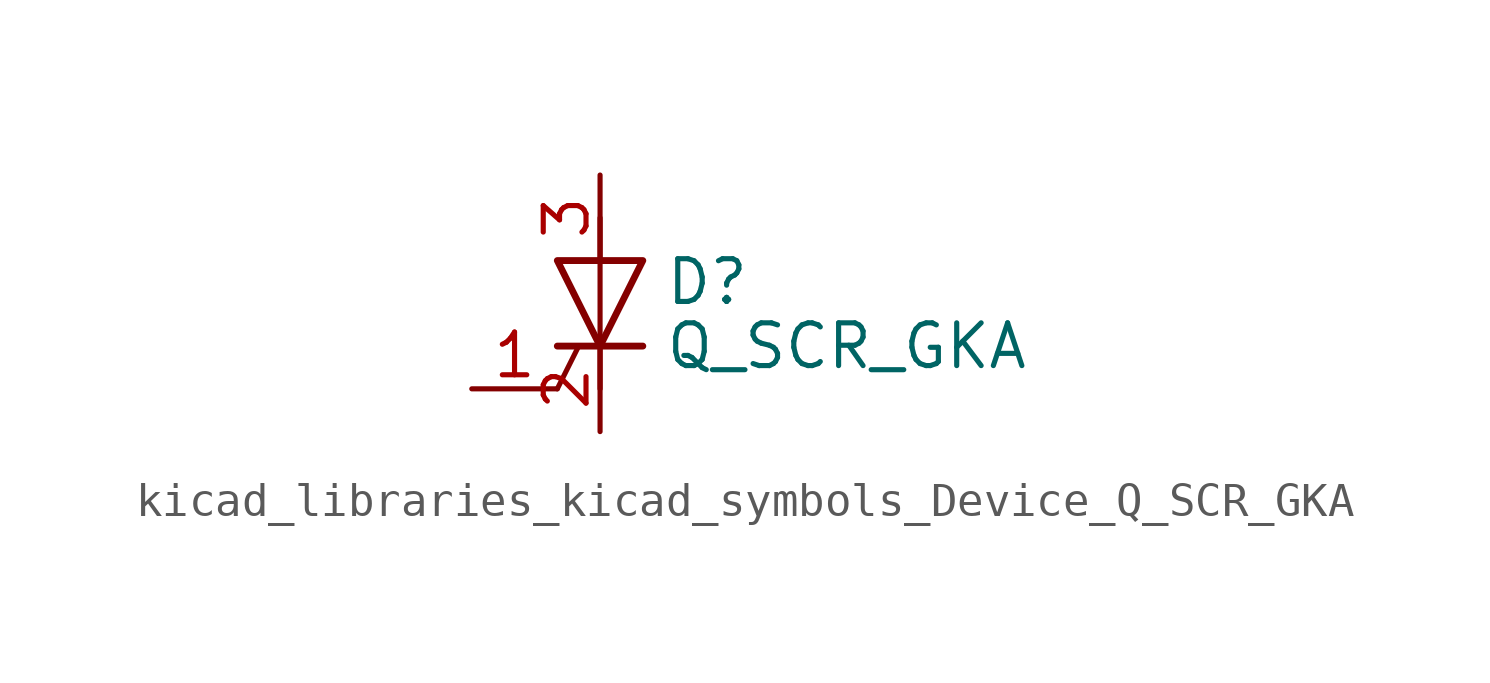
<source format=kicad_sym>
(kicad_symbol_lib
  (version 20220914)
  (generator kicad_symbol_editor)
  (symbol "kicad_libraries_kicad_symbols_Device_Q_SCR_GKA"
    (pin_names
      (offset 0) hide)
    (property "Reference" "D"
      (at 1.905 0.635 0)
      (effects (font (size 1.27 1.27)) (justify left)))
    (property "Value" "Q_SCR_GKA"
      (at 1.905 -1.27 0)
      (effects (font (size 1.27 1.27)) (justify left)))
    (symbol "kicad_libraries_kicad_symbols_Device_Q_SCR_GKA_0_1"
      (polyline (pts (xy -1.27 -2.54) (xy -0.635 -1.27)) (stroke (width 0) (type default)) (fill (type none)))
      (polyline (pts (xy -1.27 -1.27) (xy 1.27 -1.27)) (stroke (width 0.203) (type default)) (fill (type none)))
      (polyline (pts (xy 0 -2.54) (xy 0 2.54)) (stroke (width 0) (type default)) (fill (type none)))
      (polyline (pts (xy -1.27 1.27) (xy 1.27 1.27) (xy 0 -1.27) (xy -1.27 1.27)) (stroke (width 0.203) (type default)) (fill (type none))))
    (symbol "kicad_libraries_kicad_symbols_Device_Q_SCR_GKA_1_1"
      (pin input line (at -3.81 -2.54 0) (length 2.54) (name "G" (effects (font (size 1.27 1.27)))) (number "1" (effects (font (size 1.27 1.27)))))
      (pin passive line (at 0 -3.81 90) (length 2.54) (name "K" (effects (font (size 1.27 1.27)))) (number "2" (effects (font (size 1.27 1.27)))))
      (pin passive line (at 0 3.81 270) (length 2.54) (name "A" (effects (font (size 1.27 1.27)))) (number "3" (effects (font (size 1.27 1.27))))))))
</source>
